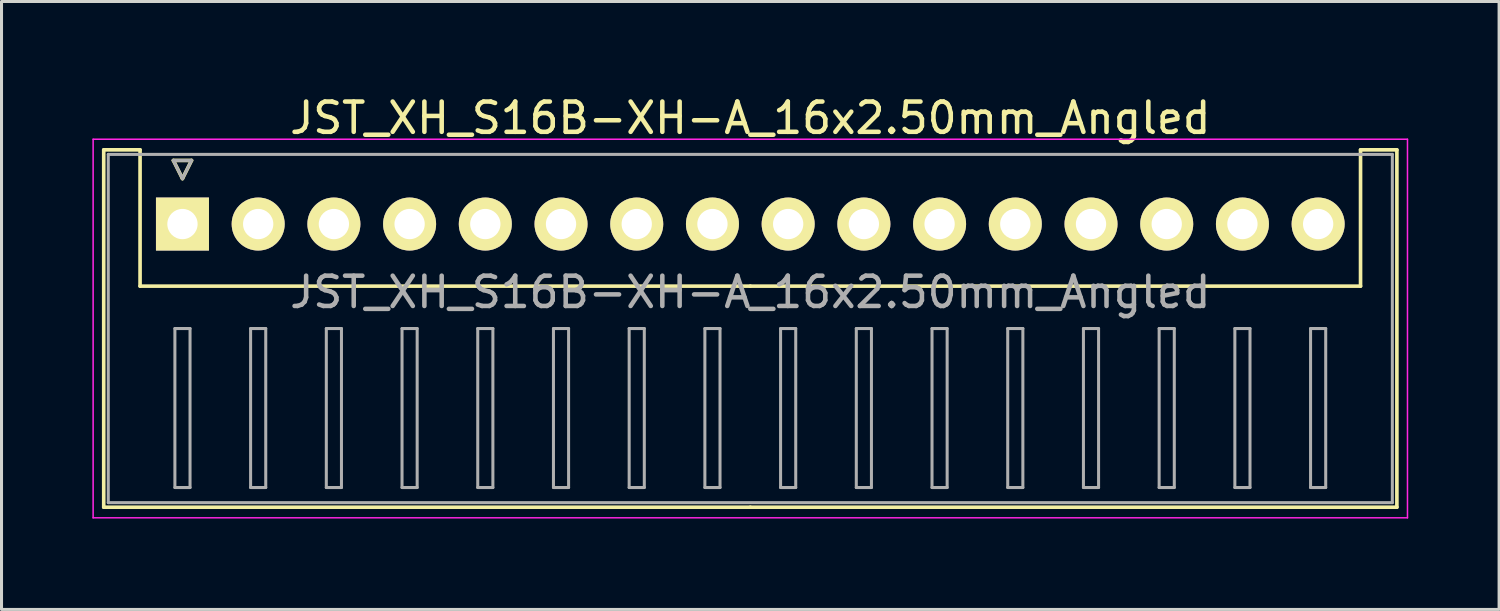
<source format=kicad_pcb>
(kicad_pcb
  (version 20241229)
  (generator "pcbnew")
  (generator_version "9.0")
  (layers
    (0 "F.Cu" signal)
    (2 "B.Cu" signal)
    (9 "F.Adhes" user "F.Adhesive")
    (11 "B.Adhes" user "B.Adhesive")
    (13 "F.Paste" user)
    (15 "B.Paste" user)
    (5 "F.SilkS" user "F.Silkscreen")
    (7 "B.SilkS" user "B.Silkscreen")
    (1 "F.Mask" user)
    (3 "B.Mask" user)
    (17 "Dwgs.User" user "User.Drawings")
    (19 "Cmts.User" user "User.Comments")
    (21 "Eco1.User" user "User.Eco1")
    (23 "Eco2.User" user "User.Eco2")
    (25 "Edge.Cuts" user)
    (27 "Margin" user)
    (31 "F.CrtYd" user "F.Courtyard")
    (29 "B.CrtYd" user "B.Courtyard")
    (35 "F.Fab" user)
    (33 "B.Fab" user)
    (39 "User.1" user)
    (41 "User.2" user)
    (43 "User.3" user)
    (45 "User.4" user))
  (footprint "JST_XH_S16B-XH-A_16x2.50mm_Angled"
    (layer "F.Cu")
    (at 2.975 4.348)
    (property "Reference" "JST_XH_S16B-XH-A_16x2.50mm_Angled" (at 18.75 -3.5 0) (layer "F.SilkS") (effects (font (size 1 1) (thickness 0.15))))
    (attr through_hole)
    (fp_line (start -2.6 -2.45) (end -1.4 -2.45) (stroke (width 0.12) (type solid)) (layer "F.SilkS"))
    (fp_line (start -2.6 9.35) (end -2.6 -2.45) (stroke (width 0.12) (type solid)) (layer "F.SilkS"))
    (fp_line (start -1.4 -2.45) (end -1.4 2.05) (stroke (width 0.12) (type solid)) (layer "F.SilkS"))
    (fp_line (start -1.4 2.05) (end 18.75 2.05) (stroke (width 0.12) (type solid)) (layer "F.SilkS"))
    (fp_line (start -0.3 -2.1) (end 0.3 -2.1) (stroke (width 0.12) (type solid)) (layer "F.SilkS"))
    (fp_line (start 0 -1.5) (end -0.3 -2.1) (stroke (width 0.12) (type solid)) (layer "F.SilkS"))
    (fp_line (start 0.3 -2.1) (end 0 -1.5) (stroke (width 0.12) (type solid)) (layer "F.SilkS"))
    (fp_line (start 18.75 9.35) (end -2.6 9.35) (stroke (width 0.12) (type solid)) (layer "F.SilkS"))
    (fp_line (start 18.75 9.35) (end 40.1 9.35) (stroke (width 0.12) (type solid)) (layer "F.SilkS"))
    (fp_line (start 38.9 -2.45) (end 38.9 2.05) (stroke (width 0.12) (type solid)) (layer "F.SilkS"))
    (fp_line (start 38.9 2.05) (end 18.75 2.05) (stroke (width 0.12) (type solid)) (layer "F.SilkS"))
    (fp_line (start 40.1 -2.45) (end 38.9 -2.45) (stroke (width 0.12) (type solid)) (layer "F.SilkS"))
    (fp_line (start 40.1 9.35) (end 40.1 -2.45) (stroke (width 0.12) (type solid)) (layer "F.SilkS"))
    (fp_line (start -2.95 -2.8) (end -2.95 9.7) (stroke (width 0.05) (type solid)) (layer "F.CrtYd"))
    (fp_line (start -2.95 9.7) (end 40.45 9.7) (stroke (width 0.05) (type solid)) (layer "F.CrtYd"))
    (fp_line (start 40.45 -2.8) (end -2.95 -2.8) (stroke (width 0.05) (type solid)) (layer "F.CrtYd"))
    (fp_line (start 40.45 9.7) (end 40.45 -2.8) (stroke (width 0.05) (type solid)) (layer "F.CrtYd"))
    (fp_line (start -2.45 -2.3) (end -2.45 9.2) (stroke (width 0.1) (type solid)) (layer "F.Fab"))
    (fp_line (start -2.45 9.2) (end 39.95 9.2) (stroke (width 0.1) (type solid)) (layer "F.Fab"))
    (fp_line (start -0.3 -2.1) (end 0.3 -2.1) (stroke (width 0.1) (type solid)) (layer "F.Fab"))
    (fp_line (start -0.25 3.45) (end -0.25 8.7) (stroke (width 0.1) (type solid)) (layer "F.Fab"))
    (fp_line (start -0.25 8.7) (end 0.25 8.7) (stroke (width 0.1) (type solid)) (layer "F.Fab"))
    (fp_line (start 0 -1.5) (end -0.3 -2.1) (stroke (width 0.1) (type solid)) (layer "F.Fab"))
    (fp_line (start 0.25 3.45) (end -0.25 3.45) (stroke (width 0.1) (type solid)) (layer "F.Fab"))
    (fp_line (start 0.25 8.7) (end 0.25 3.45) (stroke (width 0.1) (type solid)) (layer "F.Fab"))
    (fp_line (start 0.3 -2.1) (end 0 -1.5) (stroke (width 0.1) (type solid)) (layer "F.Fab"))
    (fp_line (start 2.25 3.45) (end 2.25 8.7) (stroke (width 0.1) (type solid)) (layer "F.Fab"))
    (fp_line (start 2.25 8.7) (end 2.75 8.7) (stroke (width 0.1) (type solid)) (layer "F.Fab"))
    (fp_line (start 2.75 3.45) (end 2.25 3.45) (stroke (width 0.1) (type solid)) (layer "F.Fab"))
    (fp_line (start 2.75 8.7) (end 2.75 3.45) (stroke (width 0.1) (type solid)) (layer "F.Fab"))
    (fp_line (start 4.75 3.45) (end 4.75 8.7) (stroke (width 0.1) (type solid)) (layer "F.Fab"))
    (fp_line (start 4.75 8.7) (end 5.25 8.7) (stroke (width 0.1) (type solid)) (layer "F.Fab"))
    (fp_line (start 5.25 3.45) (end 4.75 3.45) (stroke (width 0.1) (type solid)) (layer "F.Fab"))
    (fp_line (start 5.25 8.7) (end 5.25 3.45) (stroke (width 0.1) (type solid)) (layer "F.Fab"))
    (fp_line (start 7.25 3.45) (end 7.25 8.7) (stroke (width 0.1) (type solid)) (layer "F.Fab"))
    (fp_line (start 7.25 8.7) (end 7.75 8.7) (stroke (width 0.1) (type solid)) (layer "F.Fab"))
    (fp_line (start 7.75 3.45) (end 7.25 3.45) (stroke (width 0.1) (type solid)) (layer "F.Fab"))
    (fp_line (start 7.75 8.7) (end 7.75 3.45) (stroke (width 0.1) (type solid)) (layer "F.Fab"))
    (fp_line (start 9.75 3.45) (end 9.75 8.7) (stroke (width 0.1) (type solid)) (layer "F.Fab"))
    (fp_line (start 9.75 8.7) (end 10.25 8.7) (stroke (width 0.1) (type solid)) (layer "F.Fab"))
    (fp_line (start 10.25 3.45) (end 9.75 3.45) (stroke (width 0.1) (type solid)) (layer "F.Fab"))
    (fp_line (start 10.25 8.7) (end 10.25 3.45) (stroke (width 0.1) (type solid)) (layer "F.Fab"))
    (fp_line (start 12.25 3.45) (end 12.25 8.7) (stroke (width 0.1) (type solid)) (layer "F.Fab"))
    (fp_line (start 12.25 8.7) (end 12.75 8.7) (stroke (width 0.1) (type solid)) (layer "F.Fab"))
    (fp_line (start 12.75 3.45) (end 12.25 3.45) (stroke (width 0.1) (type solid)) (layer "F.Fab"))
    (fp_line (start 12.75 8.7) (end 12.75 3.45) (stroke (width 0.1) (type solid)) (layer "F.Fab"))
    (fp_line (start 14.75 3.45) (end 14.75 8.7) (stroke (width 0.1) (type solid)) (layer "F.Fab"))
    (fp_line (start 14.75 8.7) (end 15.25 8.7) (stroke (width 0.1) (type solid)) (layer "F.Fab"))
    (fp_line (start 15.25 3.45) (end 14.75 3.45) (stroke (width 0.1) (type solid)) (layer "F.Fab"))
    (fp_line (start 15.25 8.7) (end 15.25 3.45) (stroke (width 0.1) (type solid)) (layer "F.Fab"))
    (fp_line (start 17.25 3.45) (end 17.25 8.7) (stroke (width 0.1) (type solid)) (layer "F.Fab"))
    (fp_line (start 17.25 8.7) (end 17.75 8.7) (stroke (width 0.1) (type solid)) (layer "F.Fab"))
    (fp_line (start 17.75 3.45) (end 17.25 3.45) (stroke (width 0.1) (type solid)) (layer "F.Fab"))
    (fp_line (start 17.75 8.7) (end 17.75 3.45) (stroke (width 0.1) (type solid)) (layer "F.Fab"))
    (fp_line (start 19.75 3.45) (end 19.75 8.7) (stroke (width 0.1) (type solid)) (layer "F.Fab"))
    (fp_line (start 19.75 8.7) (end 20.25 8.7) (stroke (width 0.1) (type solid)) (layer "F.Fab"))
    (fp_line (start 20.25 3.45) (end 19.75 3.45) (stroke (width 0.1) (type solid)) (layer "F.Fab"))
    (fp_line (start 20.25 8.7) (end 20.25 3.45) (stroke (width 0.1) (type solid)) (layer "F.Fab"))
    (fp_line (start 22.25 3.45) (end 22.25 8.7) (stroke (width 0.1) (type solid)) (layer "F.Fab"))
    (fp_line (start 22.25 8.7) (end 22.75 8.7) (stroke (width 0.1) (type solid)) (layer "F.Fab"))
    (fp_line (start 22.75 3.45) (end 22.25 3.45) (stroke (width 0.1) (type solid)) (layer "F.Fab"))
    (fp_line (start 22.75 8.7) (end 22.75 3.45) (stroke (width 0.1) (type solid)) (layer "F.Fab"))
    (fp_line (start 24.75 3.45) (end 24.75 8.7) (stroke (width 0.1) (type solid)) (layer "F.Fab"))
    (fp_line (start 24.75 8.7) (end 25.25 8.7) (stroke (width 0.1) (type solid)) (layer "F.Fab"))
    (fp_line (start 25.25 3.45) (end 24.75 3.45) (stroke (width 0.1) (type solid)) (layer "F.Fab"))
    (fp_line (start 25.25 8.7) (end 25.25 3.45) (stroke (width 0.1) (type solid)) (layer "F.Fab"))
    (fp_line (start 27.25 3.45) (end 27.25 8.7) (stroke (width 0.1) (type solid)) (layer "F.Fab"))
    (fp_line (start 27.25 8.7) (end 27.75 8.7) (stroke (width 0.1) (type solid)) (layer "F.Fab"))
    (fp_line (start 27.75 3.45) (end 27.25 3.45) (stroke (width 0.1) (type solid)) (layer "F.Fab"))
    (fp_line (start 27.75 8.7) (end 27.75 3.45) (stroke (width 0.1) (type solid)) (layer "F.Fab"))
    (fp_line (start 29.75 3.45) (end 29.75 8.7) (stroke (width 0.1) (type solid)) (layer "F.Fab"))
    (fp_line (start 29.75 8.7) (end 30.25 8.7) (stroke (width 0.1) (type solid)) (layer "F.Fab"))
    (fp_line (start 30.25 3.45) (end 29.75 3.45) (stroke (width 0.1) (type solid)) (layer "F.Fab"))
    (fp_line (start 30.25 8.7) (end 30.25 3.45) (stroke (width 0.1) (type solid)) (layer "F.Fab"))
    (fp_line (start 32.25 3.45) (end 32.25 8.7) (stroke (width 0.1) (type solid)) (layer "F.Fab"))
    (fp_line (start 32.25 8.7) (end 32.75 8.7) (stroke (width 0.1) (type solid)) (layer "F.Fab"))
    (fp_line (start 32.75 3.45) (end 32.25 3.45) (stroke (width 0.1) (type solid)) (layer "F.Fab"))
    (fp_line (start 32.75 8.7) (end 32.75 3.45) (stroke (width 0.1) (type solid)) (layer "F.Fab"))
    (fp_line (start 34.75 3.45) (end 34.75 8.7) (stroke (width 0.1) (type solid)) (layer "F.Fab"))
    (fp_line (start 34.75 8.7) (end 35.25 8.7) (stroke (width 0.1) (type solid)) (layer "F.Fab"))
    (fp_line (start 35.25 3.45) (end 34.75 3.45) (stroke (width 0.1) (type solid)) (layer "F.Fab"))
    (fp_line (start 35.25 8.7) (end 35.25 3.45) (stroke (width 0.1) (type solid)) (layer "F.Fab"))
    (fp_line (start 37.25 3.45) (end 37.25 8.7) (stroke (width 0.1) (type solid)) (layer "F.Fab"))
    (fp_line (start 37.25 8.7) (end 37.75 8.7) (stroke (width 0.1) (type solid)) (layer "F.Fab"))
    (fp_line (start 37.75 3.45) (end 37.25 3.45) (stroke (width 0.1) (type solid)) (layer "F.Fab"))
    (fp_line (start 37.75 8.7) (end 37.75 3.45) (stroke (width 0.1) (type solid)) (layer "F.Fab"))
    (fp_line (start 39.95 -2.3) (end -2.45 -2.3) (stroke (width 0.1) (type solid)) (layer "F.Fab"))
    (fp_line (start 39.95 9.2) (end 39.95 -2.3) (stroke (width 0.1) (type solid)) (layer "F.Fab"))
    (fp_text user "${REFERENCE}" (at 18.75 2.25 0) (layer "F.Fab") (effects (font (size 1 1) (thickness 0.15))))
    (pad "1" thru_hole rect (at 0 0) (size 1.75 1.75) (drill 1) (layers "*.Cu" "*.Mask" "F.SilkS"))
    (pad "2" thru_hole circle (at 2.5 0) (size 1.75 1.75) (drill 1) (layers "*.Cu" "*.Mask" "F.SilkS"))
    (pad "3" thru_hole circle (at 5 0) (size 1.75 1.75) (drill 1) (layers "*.Cu" "*.Mask" "F.SilkS"))
    (pad "4" thru_hole circle (at 7.5 0) (size 1.75 1.75) (drill 1) (layers "*.Cu" "*.Mask" "F.SilkS"))
    (pad "5" thru_hole circle (at 10 0) (size 1.75 1.75) (drill 1) (layers "*.Cu" "*.Mask" "F.SilkS"))
    (pad "6" thru_hole circle (at 12.5 0) (size 1.75 1.75) (drill 1) (layers "*.Cu" "*.Mask" "F.SilkS"))
    (pad "7" thru_hole circle (at 15 0) (size 1.75 1.75) (drill 1) (layers "*.Cu" "*.Mask" "F.SilkS"))
    (pad "8" thru_hole circle (at 17.5 0) (size 1.75 1.75) (drill 1) (layers "*.Cu" "*.Mask" "F.SilkS"))
    (pad "9" thru_hole circle (at 20 0) (size 1.75 1.75) (drill 1) (layers "*.Cu" "*.Mask" "F.SilkS"))
    (pad "10" thru_hole circle (at 22.5 0) (size 1.75 1.75) (drill 1) (layers "*.Cu" "*.Mask" "F.SilkS"))
    (pad "11" thru_hole circle (at 25 0) (size 1.75 1.75) (drill 1) (layers "*.Cu" "*.Mask" "F.SilkS"))
    (pad "12" thru_hole circle (at 27.5 0) (size 1.75 1.75) (drill 1) (layers "*.Cu" "*.Mask" "F.SilkS"))
    (pad "13" thru_hole circle (at 30 0) (size 1.75 1.75) (drill 1) (layers "*.Cu" "*.Mask" "F.SilkS"))
    (pad "14" thru_hole circle (at 32.5 0) (size 1.75 1.75) (drill 1) (layers "*.Cu" "*.Mask" "F.SilkS"))
    (pad "15" thru_hole circle (at 35 0) (size 1.75 1.75) (drill 1) (layers "*.Cu" "*.Mask" "F.SilkS"))
    (pad "16" thru_hole circle (at 37.5 0) (size 1.75 1.75) (drill 1) (layers "*.Cu" "*.Mask" "F.SilkS")))
  (gr_rect
    (start -3 -3)
    (end 46.45 17.073)
    (stroke (width 0.1) (type default))
    (fill no)
    (layer "Edge.Cuts")))
</source>
